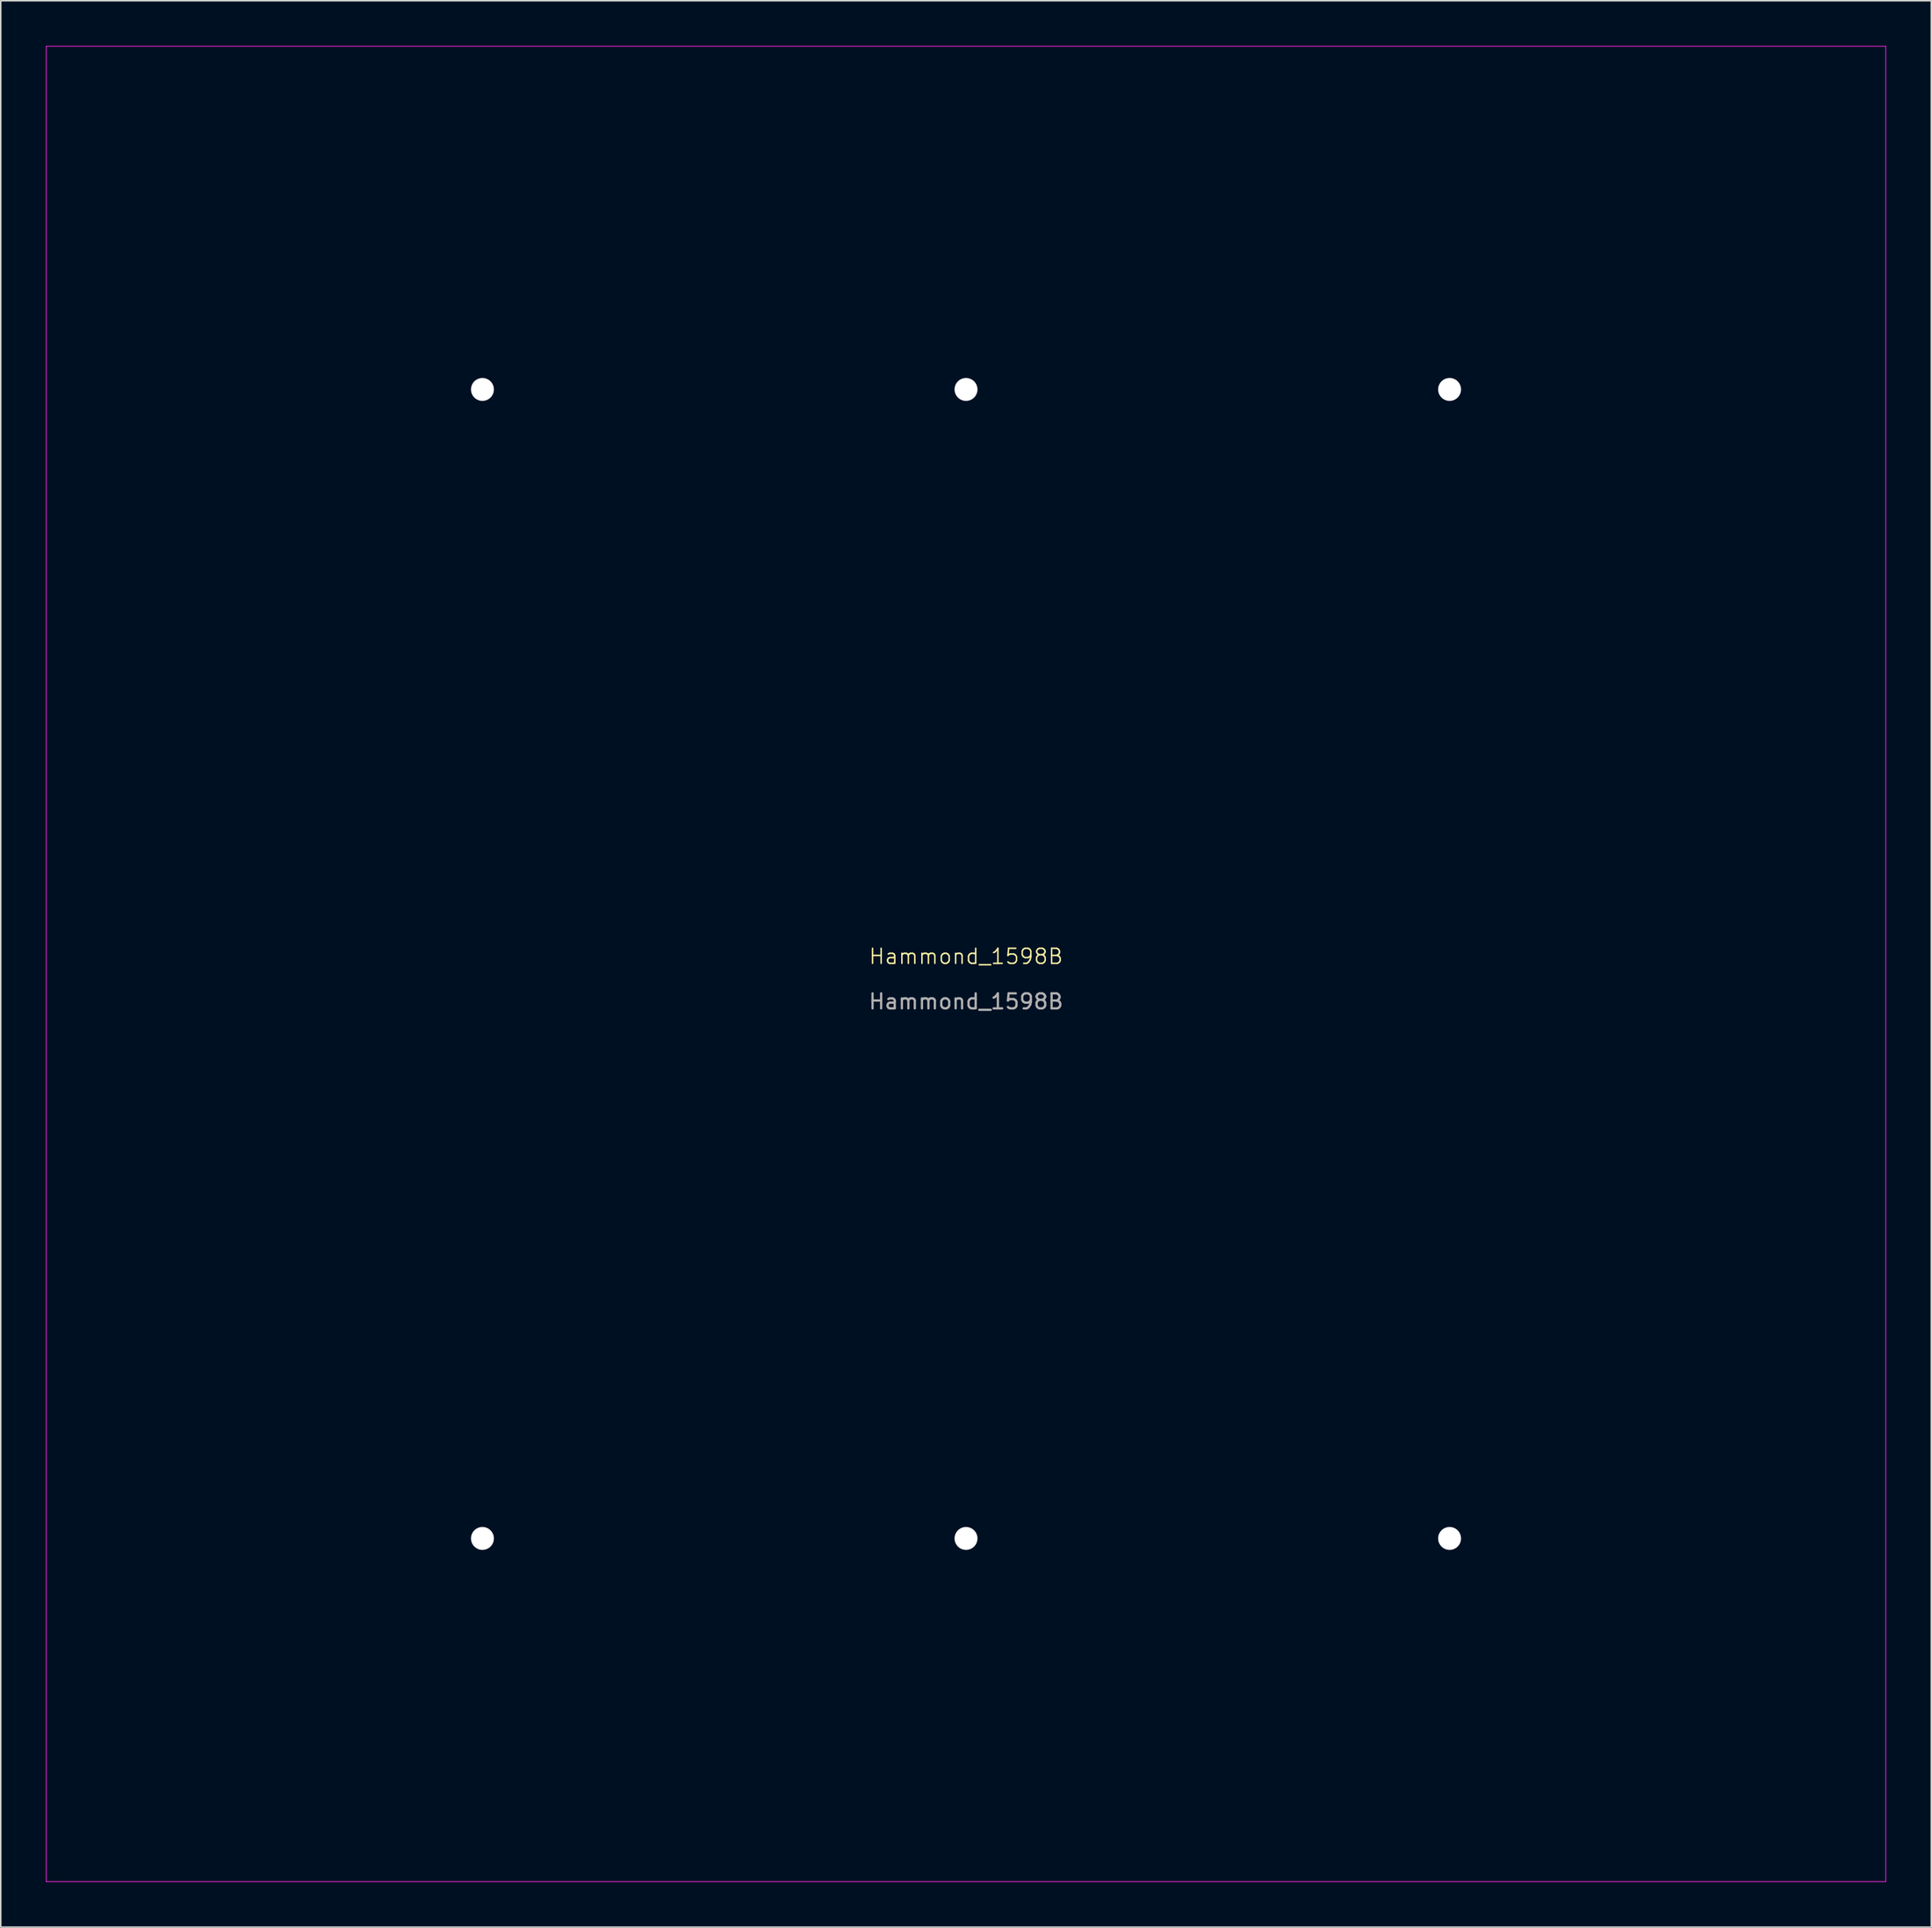
<source format=kicad_pcb>
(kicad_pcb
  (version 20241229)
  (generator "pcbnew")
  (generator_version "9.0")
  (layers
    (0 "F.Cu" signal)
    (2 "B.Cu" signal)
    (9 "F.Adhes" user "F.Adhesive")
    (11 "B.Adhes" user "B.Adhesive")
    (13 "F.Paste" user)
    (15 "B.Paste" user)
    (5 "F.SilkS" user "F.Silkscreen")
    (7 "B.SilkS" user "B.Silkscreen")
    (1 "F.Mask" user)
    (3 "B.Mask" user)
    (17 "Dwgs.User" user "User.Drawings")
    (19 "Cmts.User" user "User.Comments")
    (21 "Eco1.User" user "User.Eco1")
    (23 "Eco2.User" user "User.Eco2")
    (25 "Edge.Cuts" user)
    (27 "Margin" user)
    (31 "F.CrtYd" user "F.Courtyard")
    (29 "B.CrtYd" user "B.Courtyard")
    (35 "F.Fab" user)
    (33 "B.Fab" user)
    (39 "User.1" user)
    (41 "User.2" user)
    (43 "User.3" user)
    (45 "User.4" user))
  (footprint "Hammond_1598B"
    (layer "F.Cu")
    (at 61.175 61.045)
    (property "Reference" "Hammond_1598B" (at 0 -0.5 0) (unlocked yes) (layer "F.SilkS") (effects (font (size 1 1) (thickness 0.1))))
    (attr through_hole)
    (fp_line (start -61.15 -61.02) (end -61.15 61.02) (stroke (width 0.05) (type default)) (layer "F.CrtYd"))
    (fp_line (start -61.15 -61.02) (end 61.15 -61.02) (stroke (width 0.05) (type default)) (layer "F.CrtYd"))
    (fp_line (start -61.15 61.02) (end 61.15 61.02) (stroke (width 0.05) (type default)) (layer "F.CrtYd"))
    (fp_line (start 61.15 -61.02) (end 61.15 61.02) (stroke (width 0.05) (type default)) (layer "F.CrtYd"))
    (fp_text user "${REFERENCE}" (at 0 2.5 0) (unlocked yes) (layer "F.Fab") (effects (font (size 1 1) (thickness 0.15))))
    (pad "" np_thru_hole circle (at -32.15 -38.2) (size 1.524 1.524) (drill 3.51) (layers "*.Cu" "*.Mask"))
    (pad "" np_thru_hole circle (at -32.15 38.2) (size 1.524 1.524) (drill 3.51) (layers "*.Cu" "*.Mask"))
    (pad "" np_thru_hole circle (at 0 -38.2) (size 1.524 1.524) (drill 3.51) (layers "*.Cu" "*.Mask"))
    (pad "" np_thru_hole circle (at 0 38.2) (size 1.524 1.524) (drill 3.51) (layers "*.Cu" "*.Mask"))
    (pad "" np_thru_hole circle (at 32.15 -38.2) (size 1.524 1.524) (drill 3.51) (layers "*.Cu" "*.Mask"))
    (pad "" np_thru_hole circle (at 32.15 38.2) (size 1.524 1.524) (drill 3.51) (layers "*.Cu" "*.Mask")))
  (gr_rect
    (start -3 -3)
    (end 125.35 125.09)
    (stroke (width 0.1) (type default))
    (fill no)
    (layer "Edge.Cuts")))
</source>
